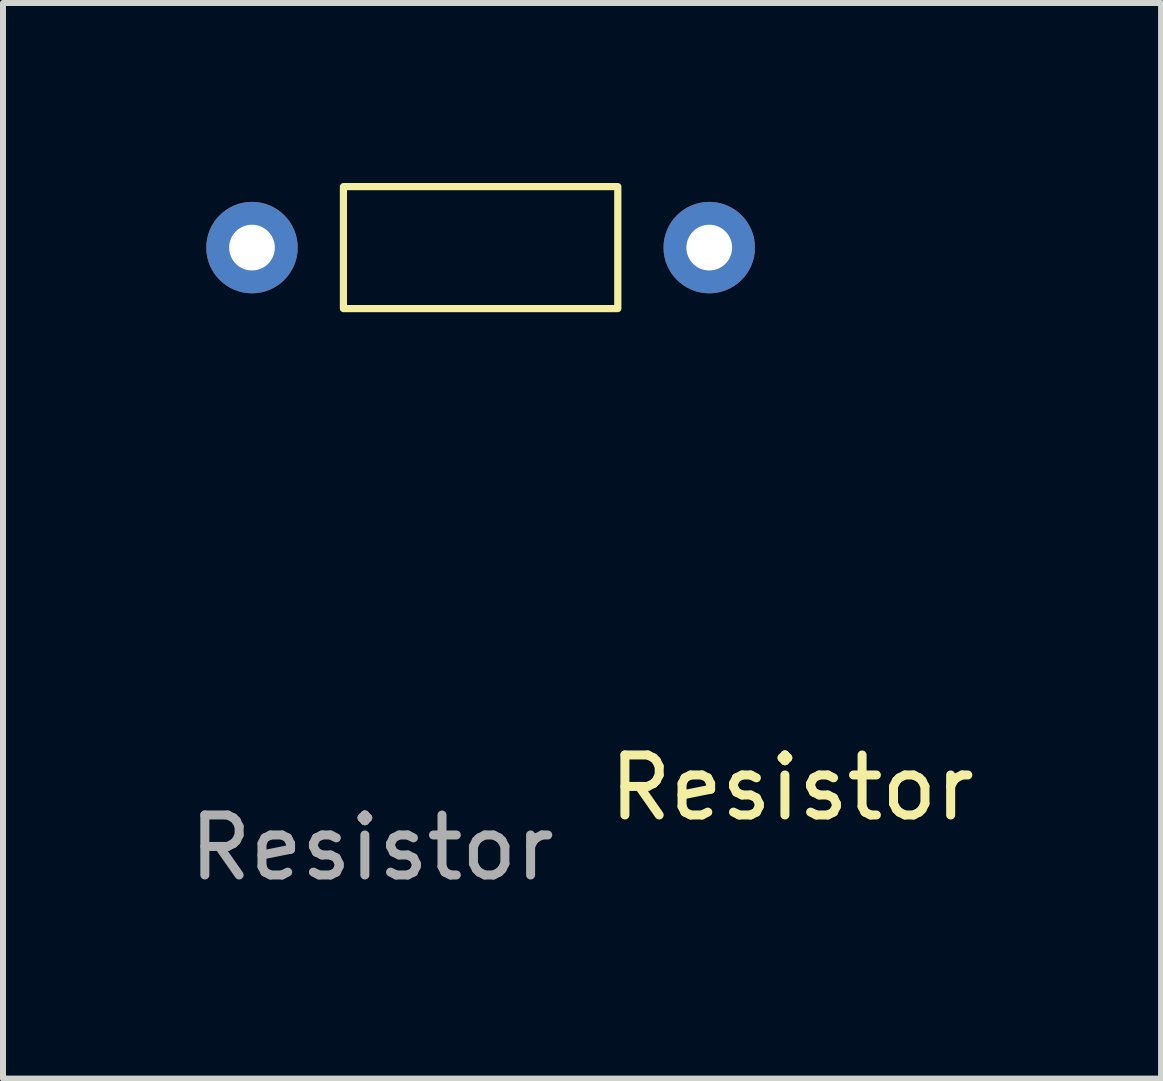
<source format=kicad_pcb>
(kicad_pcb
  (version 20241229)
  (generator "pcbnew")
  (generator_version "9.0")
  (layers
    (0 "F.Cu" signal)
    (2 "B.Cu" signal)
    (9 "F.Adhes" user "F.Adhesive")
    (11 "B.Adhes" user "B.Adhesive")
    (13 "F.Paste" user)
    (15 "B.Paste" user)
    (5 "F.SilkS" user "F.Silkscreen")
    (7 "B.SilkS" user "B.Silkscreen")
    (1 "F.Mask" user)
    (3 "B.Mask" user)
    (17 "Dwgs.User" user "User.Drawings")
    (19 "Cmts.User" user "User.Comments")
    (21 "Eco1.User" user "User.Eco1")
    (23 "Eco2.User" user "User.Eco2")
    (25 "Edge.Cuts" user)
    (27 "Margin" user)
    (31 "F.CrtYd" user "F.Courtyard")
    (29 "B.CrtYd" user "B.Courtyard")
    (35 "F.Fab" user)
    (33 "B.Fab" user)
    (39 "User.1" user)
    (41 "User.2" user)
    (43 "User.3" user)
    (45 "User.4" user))
  (footprint "Resistor"
    (layer "F.Cu")
    (at 1.149 1.076)
    (property "Reference" "Resistor" (at 9 9 0) (unlocked yes) (layer "F.SilkS") (effects (font (size 1 1) (thickness 0.15))))
    (attr through_hole)
    (fp_rect (start 1.524 -1.016) (end 6.096 1.016) (stroke (width 0.12) (type solid)) (fill no) (layer "F.SilkS"))
    (fp_text user "${REFERENCE}" (at 2 10 0) (unlocked yes) (layer "F.Fab") (effects (font (size 1 1) (thickness 0.15))))
    (pad "1" thru_hole circle (at 0 0) (size 1.524 1.524) (drill 0.762) (layers "*.Cu" "*.Mask"))
    (pad "2" thru_hole circle (at 7.62 0) (size 1.524 1.524) (drill 0.762) (layers "*.Cu" "*.Mask")))
  (gr_rect
    (start -3 -3)
    (end 16.298 14.924)
    (stroke (width 0.1) (type default))
    (fill no)
    (layer "Edge.Cuts")))
</source>
